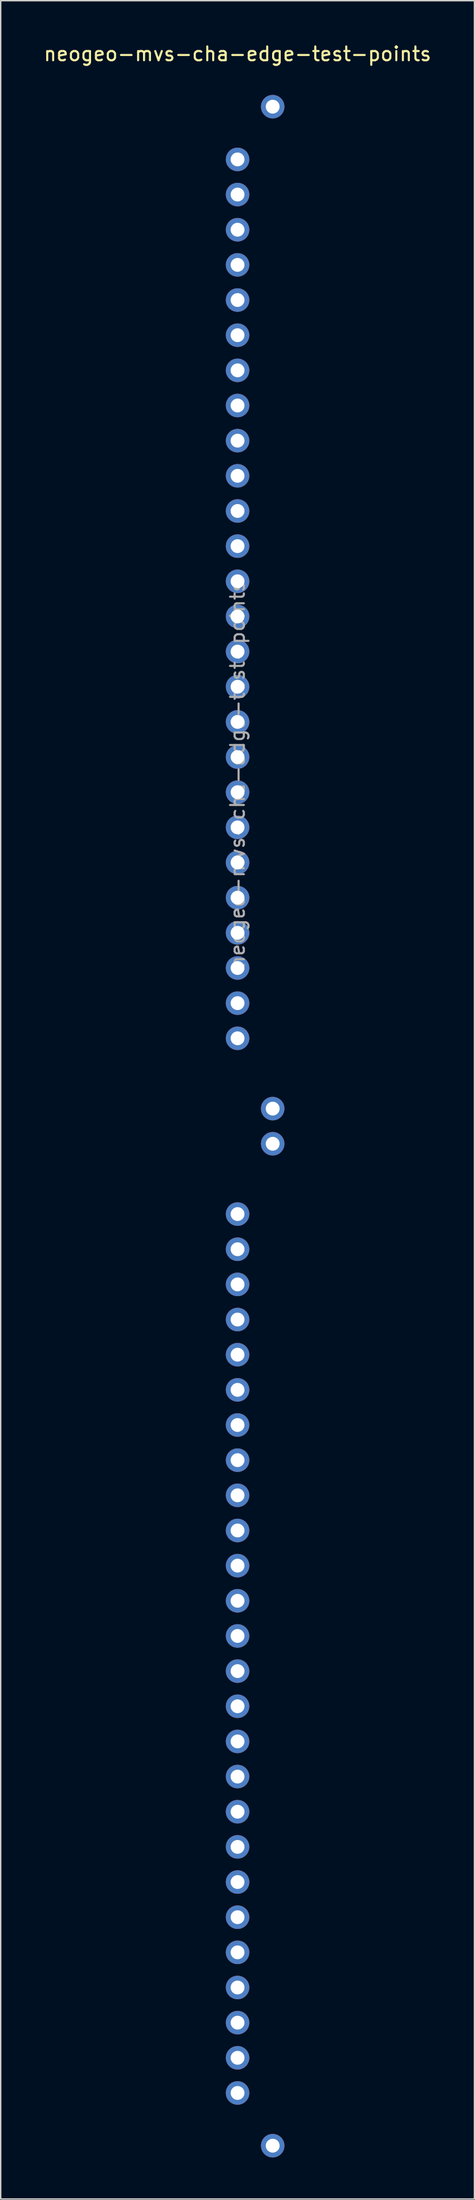
<source format=kicad_pcb>
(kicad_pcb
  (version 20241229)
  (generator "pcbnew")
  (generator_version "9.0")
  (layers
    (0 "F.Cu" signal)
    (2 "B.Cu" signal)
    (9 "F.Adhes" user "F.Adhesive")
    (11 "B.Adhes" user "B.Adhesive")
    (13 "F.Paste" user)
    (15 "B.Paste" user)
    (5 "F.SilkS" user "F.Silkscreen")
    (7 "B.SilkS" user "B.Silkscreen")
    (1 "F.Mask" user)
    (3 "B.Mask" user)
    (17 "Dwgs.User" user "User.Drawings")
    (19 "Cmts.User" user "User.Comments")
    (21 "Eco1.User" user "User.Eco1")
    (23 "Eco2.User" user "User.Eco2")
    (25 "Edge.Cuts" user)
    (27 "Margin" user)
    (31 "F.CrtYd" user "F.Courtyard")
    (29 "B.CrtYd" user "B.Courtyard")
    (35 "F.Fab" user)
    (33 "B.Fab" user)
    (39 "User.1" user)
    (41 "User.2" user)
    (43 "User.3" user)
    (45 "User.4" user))
  (footprint "neogeo-mvs-cha-edge-test-points"
    (layer "F.Cu")
    (at 14.125 3.388)
    (property "Reference" "neogeo-mvs-cha-edge-test-points" (at 0 -2.54 0) (layer "F.SilkS") (effects (font (size 1 1) (thickness 0.15))))
    (attr through_hole)
    (fp_text user "${REFERENCE}" (at 0 49.53 90) (layer "F.Fab") (effects (font (size 1 1) (thickness 0.15))))
    (pad "1" thru_hole oval (at 2.54 1.27) (size 1.7 1.7) (drill 1) (layers "*.Cu" "*.Mask"))
    (pad "3" thru_hole oval (at 0 5.08) (size 1.7 1.7) (drill 1) (layers "*.Cu" "*.Mask"))
    (pad "4" thru_hole oval (at 0 7.62) (size 1.7 1.7) (drill 1) (layers "*.Cu" "*.Mask"))
    (pad "5" thru_hole oval (at 0 10.16) (size 1.7 1.7) (drill 1) (layers "*.Cu" "*.Mask"))
    (pad "6" thru_hole oval (at 0 12.7) (size 1.7 1.7) (drill 1) (layers "*.Cu" "*.Mask"))
    (pad "7" thru_hole oval (at 0 15.24) (size 1.7 1.7) (drill 1) (layers "*.Cu" "*.Mask"))
    (pad "8" thru_hole oval (at 0 17.78) (size 1.7 1.7) (drill 1) (layers "*.Cu" "*.Mask"))
    (pad "9" thru_hole oval (at 0 20.32) (size 1.7 1.7) (drill 1) (layers "*.Cu" "*.Mask"))
    (pad "10" thru_hole oval (at 0 22.86) (size 1.7 1.7) (drill 1) (layers "*.Cu" "*.Mask"))
    (pad "11" thru_hole oval (at 0 25.4) (size 1.7 1.7) (drill 1) (layers "*.Cu" "*.Mask"))
    (pad "12" thru_hole oval (at 0 27.94) (size 1.7 1.7) (drill 1) (layers "*.Cu" "*.Mask"))
    (pad "13" thru_hole oval (at 0 30.48) (size 1.7 1.7) (drill 1) (layers "*.Cu" "*.Mask"))
    (pad "14" thru_hole oval (at 0 33.02) (size 1.7 1.7) (drill 1) (layers "*.Cu" "*.Mask"))
    (pad "15" thru_hole oval (at 0 35.56) (size 1.7 1.7) (drill 1) (layers "*.Cu" "*.Mask"))
    (pad "16" thru_hole oval (at 0 38.1) (size 1.7 1.7) (drill 1) (layers "*.Cu" "*.Mask"))
    (pad "17" thru_hole oval (at 0 40.64) (size 1.7 1.7) (drill 1) (layers "*.Cu" "*.Mask"))
    (pad "18" thru_hole oval (at 0 43.18) (size 1.7 1.7) (drill 1) (layers "*.Cu" "*.Mask"))
    (pad "19" thru_hole oval (at 0 45.72) (size 1.7 1.7) (drill 1) (layers "*.Cu" "*.Mask"))
    (pad "20" thru_hole oval (at 0 48.26) (size 1.7 1.7) (drill 1) (layers "*.Cu" "*.Mask"))
    (pad "21" thru_hole oval (at 0 50.8) (size 1.7 1.7) (drill 1) (layers "*.Cu" "*.Mask"))
    (pad "22" thru_hole oval (at 0 53.34) (size 1.7 1.7) (drill 1) (layers "*.Cu" "*.Mask"))
    (pad "23" thru_hole oval (at 0 55.88) (size 1.7 1.7) (drill 1) (layers "*.Cu" "*.Mask"))
    (pad "24" thru_hole oval (at 0 58.42) (size 1.7 1.7) (drill 1) (layers "*.Cu" "*.Mask"))
    (pad "25" thru_hole oval (at 0 60.96) (size 1.7 1.7) (drill 1) (layers "*.Cu" "*.Mask"))
    (pad "26" thru_hole oval (at 0 63.5) (size 1.7 1.7) (drill 1) (layers "*.Cu" "*.Mask"))
    (pad "27" thru_hole oval (at 0 66.04) (size 1.7 1.7) (drill 1) (layers "*.Cu" "*.Mask"))
    (pad "28" thru_hole oval (at 0 68.58) (size 1.7 1.7) (drill 1) (layers "*.Cu" "*.Mask"))
    (pad "30" thru_hole oval (at 2.54 73.66) (size 1.7 1.7) (drill 1) (layers "*.Cu" "*.Mask"))
    (pad "31" thru_hole oval (at 2.54 76.2) (size 1.7 1.7) (drill 1) (layers "*.Cu" "*.Mask"))
    (pad "33" thru_hole oval (at 0 81.28) (size 1.7 1.7) (drill 1) (layers "*.Cu" "*.Mask"))
    (pad "34" thru_hole oval (at 0 83.82) (size 1.7 1.7) (drill 1) (layers "*.Cu" "*.Mask"))
    (pad "35" thru_hole oval (at 0 86.36) (size 1.7 1.7) (drill 1) (layers "*.Cu" "*.Mask"))
    (pad "36" thru_hole oval (at 0 88.9) (size 1.7 1.7) (drill 1) (layers "*.Cu" "*.Mask"))
    (pad "37" thru_hole oval (at 0 91.44) (size 1.7 1.7) (drill 1) (layers "*.Cu" "*.Mask"))
    (pad "38" thru_hole oval (at 0 93.98) (size 1.7 1.7) (drill 1) (layers "*.Cu" "*.Mask"))
    (pad "39" thru_hole oval (at 0 96.52) (size 1.7 1.7) (drill 1) (layers "*.Cu" "*.Mask"))
    (pad "40" thru_hole oval (at 0 99.06) (size 1.7 1.7) (drill 1) (layers "*.Cu" "*.Mask"))
    (pad "41" thru_hole oval (at 0 101.6) (size 1.7 1.7) (drill 1) (layers "*.Cu" "*.Mask"))
    (pad "42" thru_hole oval (at 0 104.14) (size 1.7 1.7) (drill 1) (layers "*.Cu" "*.Mask"))
    (pad "43" thru_hole oval (at 0 106.68) (size 1.7 1.7) (drill 1) (layers "*.Cu" "*.Mask"))
    (pad "44" thru_hole oval (at 0 109.22) (size 1.7 1.7) (drill 1) (layers "*.Cu" "*.Mask"))
    (pad "45" thru_hole oval (at 0 111.76) (size 1.7 1.7) (drill 1) (layers "*.Cu" "*.Mask"))
    (pad "46" thru_hole oval (at 0 114.3) (size 1.7 1.7) (drill 1) (layers "*.Cu" "*.Mask"))
    (pad "47" thru_hole oval (at 0 116.84) (size 1.7 1.7) (drill 1) (layers "*.Cu" "*.Mask"))
    (pad "48" thru_hole oval (at 0 119.38) (size 1.7 1.7) (drill 1) (layers "*.Cu" "*.Mask"))
    (pad "49" thru_hole oval (at 0 121.92) (size 1.7 1.7) (drill 1) (layers "*.Cu" "*.Mask"))
    (pad "50" thru_hole oval (at 0 124.46) (size 1.7 1.7) (drill 1) (layers "*.Cu" "*.Mask"))
    (pad "51" thru_hole oval (at 0 127) (size 1.7 1.7) (drill 1) (layers "*.Cu" "*.Mask"))
    (pad "52" thru_hole oval (at 0 129.54) (size 1.7 1.7) (drill 1) (layers "*.Cu" "*.Mask"))
    (pad "53" thru_hole oval (at 0 132.08) (size 1.7 1.7) (drill 1) (layers "*.Cu" "*.Mask"))
    (pad "54" thru_hole oval (at 0 134.62) (size 1.7 1.7) (drill 1) (layers "*.Cu" "*.Mask"))
    (pad "55" thru_hole oval (at 0 137.16) (size 1.7 1.7) (drill 1) (layers "*.Cu" "*.Mask"))
    (pad "56" thru_hole oval (at 0 139.7) (size 1.7 1.7) (drill 1) (layers "*.Cu" "*.Mask"))
    (pad "57" thru_hole oval (at 0 142.24) (size 1.7 1.7) (drill 1) (layers "*.Cu" "*.Mask"))
    (pad "58" thru_hole oval (at 0 144.78) (size 1.7 1.7) (drill 1) (layers "*.Cu" "*.Mask"))
    (pad "60" thru_hole oval (at 2.54 148.59) (size 1.7 1.7) (drill 1) (layers "*.Cu" "*.Mask")))
  (gr_rect
    (start -3 -3)
    (end 31.25 155.828)
    (stroke (width 0.1) (type default))
    (fill no)
    (layer "Edge.Cuts")))
</source>
